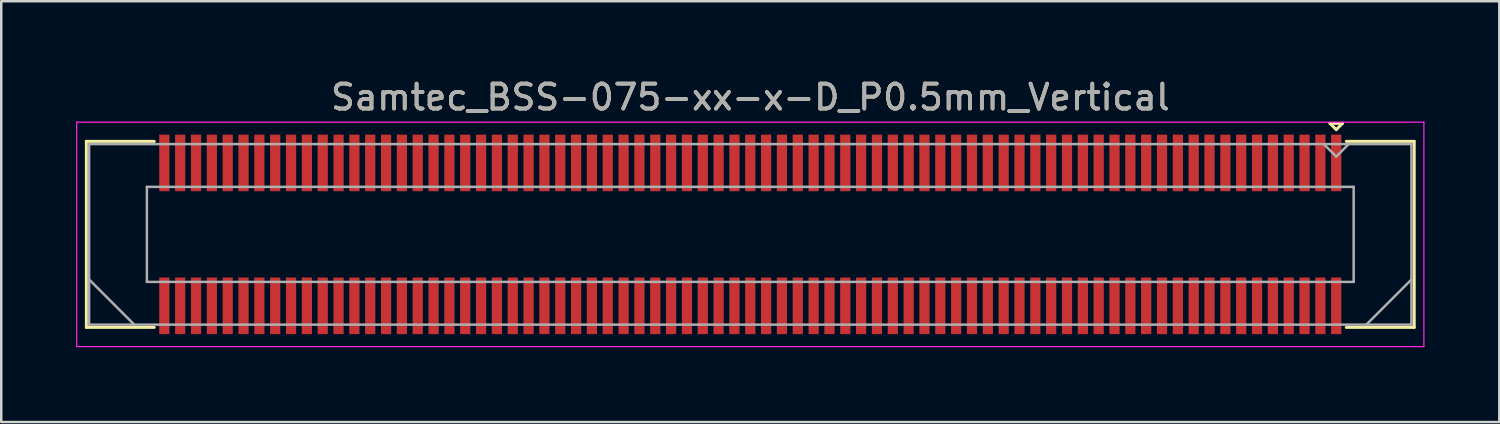
<source format=kicad_pcb>
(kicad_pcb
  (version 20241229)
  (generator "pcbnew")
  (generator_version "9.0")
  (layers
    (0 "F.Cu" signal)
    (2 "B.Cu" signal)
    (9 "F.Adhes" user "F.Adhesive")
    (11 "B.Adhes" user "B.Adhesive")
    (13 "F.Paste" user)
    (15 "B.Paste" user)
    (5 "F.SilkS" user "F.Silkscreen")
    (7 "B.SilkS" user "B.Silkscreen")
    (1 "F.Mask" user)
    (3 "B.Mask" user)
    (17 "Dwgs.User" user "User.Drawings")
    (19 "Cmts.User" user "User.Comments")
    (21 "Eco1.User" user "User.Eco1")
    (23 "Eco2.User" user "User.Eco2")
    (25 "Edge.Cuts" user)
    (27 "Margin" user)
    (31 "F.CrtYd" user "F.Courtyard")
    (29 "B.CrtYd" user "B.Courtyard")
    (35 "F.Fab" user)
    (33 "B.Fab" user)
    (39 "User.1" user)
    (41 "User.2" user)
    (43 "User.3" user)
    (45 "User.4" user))
  (footprint "Samtec_BSS-075-xx-x-D_P0.5mm_Vertical"
    (layer "F.Cu")
    (at 27.035 6.348)
    (property "Reference" "Samtec_BSS-075-xx-x-D_P0.5mm_Vertical" (at 0 -5.5 0) (layer "F.SilkS") (effects (font (size 1 1) (thickness 0.15))))
    (attr smd)
    (fp_line (start -26.622 -3.73) (end -23.9 -3.73) (stroke (width 0.12) (type solid)) (layer "F.SilkS"))
    (fp_line (start -26.622 3.73) (end -26.622 -3.73) (stroke (width 0.12) (type solid)) (layer "F.SilkS"))
    (fp_line (start -23.9 3.73) (end -26.622 3.73) (stroke (width 0.12) (type solid)) (layer "F.SilkS"))
    (fp_line (start 23.245 -4.45) (end 23.745 -4.45) (stroke (width 0.12) (type solid)) (layer "F.SilkS"))
    (fp_line (start 23.495 -4.2) (end 23.245 -4.45) (stroke (width 0.12) (type solid)) (layer "F.SilkS"))
    (fp_line (start 23.745 -4.45) (end 23.495 -4.2) (stroke (width 0.12) (type solid)) (layer "F.SilkS"))
    (fp_line (start 23.9 3.73) (end 26.622 3.73) (stroke (width 0.12) (type solid)) (layer "F.SilkS"))
    (fp_line (start 26.622 -3.73) (end 23.9 -3.73) (stroke (width 0.12) (type solid)) (layer "F.SilkS"))
    (fp_line (start 26.622 3.73) (end 26.622 -3.73) (stroke (width 0.12) (type solid)) (layer "F.SilkS"))
    (fp_line (start -27.01 -4.5) (end -27.01 4.5) (stroke (width 0.05) (type solid)) (layer "F.CrtYd"))
    (fp_line (start -27.01 4.5) (end 27.01 4.5) (stroke (width 0.05) (type solid)) (layer "F.CrtYd"))
    (fp_line (start 27.01 -4.5) (end -27.01 -4.5) (stroke (width 0.05) (type solid)) (layer "F.CrtYd"))
    (fp_line (start 27.01 4.5) (end 27.01 -4.5) (stroke (width 0.05) (type solid)) (layer "F.CrtYd"))
    (fp_line (start -26.512 -3.62) (end -26.512 3.62) (stroke (width 0.1) (type solid)) (layer "F.Fab"))
    (fp_line (start -26.512 1.81) (end -24.701 3.62) (stroke (width 0.1) (type solid)) (layer "F.Fab"))
    (fp_line (start -26.512 3.62) (end 26.512 3.62) (stroke (width 0.1) (type solid)) (layer "F.Fab"))
    (fp_line (start -24.195 -1.905) (end -24.195 1.905) (stroke (width 0.1) (type solid)) (layer "F.Fab"))
    (fp_line (start -24.195 1.905) (end 24.195 1.905) (stroke (width 0.1) (type solid)) (layer "F.Fab"))
    (fp_line (start 23.495 -3.12) (end 22.995 -3.62) (stroke (width 0.1) (type solid)) (layer "F.Fab"))
    (fp_line (start 23.995 -3.62) (end 23.495 -3.12) (stroke (width 0.1) (type solid)) (layer "F.Fab"))
    (fp_line (start 24.195 -1.905) (end -24.195 -1.905) (stroke (width 0.1) (type solid)) (layer "F.Fab"))
    (fp_line (start 24.195 1.905) (end 24.195 -1.905) (stroke (width 0.1) (type solid)) (layer "F.Fab"))
    (fp_line (start 26.512 -3.62) (end -26.512 -3.62) (stroke (width 0.1) (type solid)) (layer "F.Fab"))
    (fp_line (start 26.512 1.81) (end 24.701 3.62) (stroke (width 0.1) (type solid)) (layer "F.Fab"))
    (fp_line (start 26.512 3.62) (end 26.512 -3.62) (stroke (width 0.1) (type solid)) (layer "F.Fab"))
    (fp_text user "${REFERENCE}" (at 0 -5.5 0) (layer "F.Fab") (effects (font (size 1 1) (thickness 0.15))))
    (pad "1" smd rect (at 23.495 -2.865) (size 0.41 2.27) (layers "F.Cu" "F.Mask" "F.Paste"))
    (pad "2" smd rect (at 23.495 2.865) (size 0.41 2.27) (layers "F.Cu" "F.Mask" "F.Paste"))
    (pad "3" smd rect (at 22.86 -2.865) (size 0.41 2.27) (layers "F.Cu" "F.Mask" "F.Paste"))
    (pad "4" smd rect (at 22.86 2.865) (size 0.41 2.27) (layers "F.Cu" "F.Mask" "F.Paste"))
    (pad "5" smd rect (at 22.225 -2.865) (size 0.41 2.27) (layers "F.Cu" "F.Mask" "F.Paste"))
    (pad "6" smd rect (at 22.225 2.865) (size 0.41 2.27) (layers "F.Cu" "F.Mask" "F.Paste"))
    (pad "7" smd rect (at 21.59 -2.865) (size 0.41 2.27) (layers "F.Cu" "F.Mask" "F.Paste"))
    (pad "8" smd rect (at 21.59 2.865) (size 0.41 2.27) (layers "F.Cu" "F.Mask" "F.Paste"))
    (pad "9" smd rect (at 20.955 -2.865) (size 0.41 2.27) (layers "F.Cu" "F.Mask" "F.Paste"))
    (pad "10" smd rect (at 20.955 2.865) (size 0.41 2.27) (layers "F.Cu" "F.Mask" "F.Paste"))
    (pad "11" smd rect (at 20.32 -2.865) (size 0.41 2.27) (layers "F.Cu" "F.Mask" "F.Paste"))
    (pad "12" smd rect (at 20.32 2.865) (size 0.41 2.27) (layers "F.Cu" "F.Mask" "F.Paste"))
    (pad "13" smd rect (at 19.685 -2.865) (size 0.41 2.27) (layers "F.Cu" "F.Mask" "F.Paste"))
    (pad "14" smd rect (at 19.685 2.865) (size 0.41 2.27) (layers "F.Cu" "F.Mask" "F.Paste"))
    (pad "15" smd rect (at 19.05 -2.865) (size 0.41 2.27) (layers "F.Cu" "F.Mask" "F.Paste"))
    (pad "16" smd rect (at 19.05 2.865) (size 0.41 2.27) (layers "F.Cu" "F.Mask" "F.Paste"))
    (pad "17" smd rect (at 18.415 -2.865) (size 0.41 2.27) (layers "F.Cu" "F.Mask" "F.Paste"))
    (pad "18" smd rect (at 18.415 2.865) (size 0.41 2.27) (layers "F.Cu" "F.Mask" "F.Paste"))
    (pad "19" smd rect (at 17.78 -2.865) (size 0.41 2.27) (layers "F.Cu" "F.Mask" "F.Paste"))
    (pad "20" smd rect (at 17.78 2.865) (size 0.41 2.27) (layers "F.Cu" "F.Mask" "F.Paste"))
    (pad "21" smd rect (at 17.145 -2.865) (size 0.41 2.27) (layers "F.Cu" "F.Mask" "F.Paste"))
    (pad "22" smd rect (at 17.145 2.865) (size 0.41 2.27) (layers "F.Cu" "F.Mask" "F.Paste"))
    (pad "23" smd rect (at 16.51 -2.865) (size 0.41 2.27) (layers "F.Cu" "F.Mask" "F.Paste"))
    (pad "24" smd rect (at 16.51 2.865) (size 0.41 2.27) (layers "F.Cu" "F.Mask" "F.Paste"))
    (pad "25" smd rect (at 15.875 -2.865) (size 0.41 2.27) (layers "F.Cu" "F.Mask" "F.Paste"))
    (pad "26" smd rect (at 15.875 2.865) (size 0.41 2.27) (layers "F.Cu" "F.Mask" "F.Paste"))
    (pad "27" smd rect (at 15.24 -2.865) (size 0.41 2.27) (layers "F.Cu" "F.Mask" "F.Paste"))
    (pad "28" smd rect (at 15.24 2.865) (size 0.41 2.27) (layers "F.Cu" "F.Mask" "F.Paste"))
    (pad "29" smd rect (at 14.605 -2.865) (size 0.41 2.27) (layers "F.Cu" "F.Mask" "F.Paste"))
    (pad "30" smd rect (at 14.605 2.865) (size 0.41 2.27) (layers "F.Cu" "F.Mask" "F.Paste"))
    (pad "31" smd rect (at 13.97 -2.865) (size 0.41 2.27) (layers "F.Cu" "F.Mask" "F.Paste"))
    (pad "32" smd rect (at 13.97 2.865) (size 0.41 2.27) (layers "F.Cu" "F.Mask" "F.Paste"))
    (pad "33" smd rect (at 13.335 -2.865) (size 0.41 2.27) (layers "F.Cu" "F.Mask" "F.Paste"))
    (pad "34" smd rect (at 13.335 2.865) (size 0.41 2.27) (layers "F.Cu" "F.Mask" "F.Paste"))
    (pad "35" smd rect (at 12.7 -2.865) (size 0.41 2.27) (layers "F.Cu" "F.Mask" "F.Paste"))
    (pad "36" smd rect (at 12.7 2.865) (size 0.41 2.27) (layers "F.Cu" "F.Mask" "F.Paste"))
    (pad "37" smd rect (at 12.065 -2.865) (size 0.41 2.27) (layers "F.Cu" "F.Mask" "F.Paste"))
    (pad "38" smd rect (at 12.065 2.865) (size 0.41 2.27) (layers "F.Cu" "F.Mask" "F.Paste"))
    (pad "39" smd rect (at 11.43 -2.865) (size 0.41 2.27) (layers "F.Cu" "F.Mask" "F.Paste"))
    (pad "40" smd rect (at 11.43 2.865) (size 0.41 2.27) (layers "F.Cu" "F.Mask" "F.Paste"))
    (pad "41" smd rect (at 10.795 -2.865) (size 0.41 2.27) (layers "F.Cu" "F.Mask" "F.Paste"))
    (pad "42" smd rect (at 10.795 2.865) (size 0.41 2.27) (layers "F.Cu" "F.Mask" "F.Paste"))
    (pad "43" smd rect (at 10.16 -2.865) (size 0.41 2.27) (layers "F.Cu" "F.Mask" "F.Paste"))
    (pad "44" smd rect (at 10.16 2.865) (size 0.41 2.27) (layers "F.Cu" "F.Mask" "F.Paste"))
    (pad "45" smd rect (at 9.525 -2.865) (size 0.41 2.27) (layers "F.Cu" "F.Mask" "F.Paste"))
    (pad "46" smd rect (at 9.525 2.865) (size 0.41 2.27) (layers "F.Cu" "F.Mask" "F.Paste"))
    (pad "47" smd rect (at 8.89 -2.865) (size 0.41 2.27) (layers "F.Cu" "F.Mask" "F.Paste"))
    (pad "48" smd rect (at 8.89 2.865) (size 0.41 2.27) (layers "F.Cu" "F.Mask" "F.Paste"))
    (pad "49" smd rect (at 8.255 -2.865) (size 0.41 2.27) (layers "F.Cu" "F.Mask" "F.Paste"))
    (pad "50" smd rect (at 8.255 2.865) (size 0.41 2.27) (layers "F.Cu" "F.Mask" "F.Paste"))
    (pad "51" smd rect (at 7.62 -2.865) (size 0.41 2.27) (layers "F.Cu" "F.Mask" "F.Paste"))
    (pad "52" smd rect (at 7.62 2.865) (size 0.41 2.27) (layers "F.Cu" "F.Mask" "F.Paste"))
    (pad "53" smd rect (at 6.985 -2.865) (size 0.41 2.27) (layers "F.Cu" "F.Mask" "F.Paste"))
    (pad "54" smd rect (at 6.985 2.865) (size 0.41 2.27) (layers "F.Cu" "F.Mask" "F.Paste"))
    (pad "55" smd rect (at 6.35 -2.865) (size 0.41 2.27) (layers "F.Cu" "F.Mask" "F.Paste"))
    (pad "56" smd rect (at 6.35 2.865) (size 0.41 2.27) (layers "F.Cu" "F.Mask" "F.Paste"))
    (pad "57" smd rect (at 5.715 -2.865) (size 0.41 2.27) (layers "F.Cu" "F.Mask" "F.Paste"))
    (pad "58" smd rect (at 5.715 2.865) (size 0.41 2.27) (layers "F.Cu" "F.Mask" "F.Paste"))
    (pad "59" smd rect (at 5.08 -2.865) (size 0.41 2.27) (layers "F.Cu" "F.Mask" "F.Paste"))
    (pad "60" smd rect (at 5.08 2.865) (size 0.41 2.27) (layers "F.Cu" "F.Mask" "F.Paste"))
    (pad "61" smd rect (at 4.445 -2.865) (size 0.41 2.27) (layers "F.Cu" "F.Mask" "F.Paste"))
    (pad "62" smd rect (at 4.445 2.865) (size 0.41 2.27) (layers "F.Cu" "F.Mask" "F.Paste"))
    (pad "63" smd rect (at 3.81 -2.865) (size 0.41 2.27) (layers "F.Cu" "F.Mask" "F.Paste"))
    (pad "64" smd rect (at 3.81 2.865) (size 0.41 2.27) (layers "F.Cu" "F.Mask" "F.Paste"))
    (pad "65" smd rect (at 3.175 -2.865) (size 0.41 2.27) (layers "F.Cu" "F.Mask" "F.Paste"))
    (pad "66" smd rect (at 3.175 2.865) (size 0.41 2.27) (layers "F.Cu" "F.Mask" "F.Paste"))
    (pad "67" smd rect (at 2.54 -2.865) (size 0.41 2.27) (layers "F.Cu" "F.Mask" "F.Paste"))
    (pad "68" smd rect (at 2.54 2.865) (size 0.41 2.27) (layers "F.Cu" "F.Mask" "F.Paste"))
    (pad "69" smd rect (at 1.905 -2.865) (size 0.41 2.27) (layers "F.Cu" "F.Mask" "F.Paste"))
    (pad "70" smd rect (at 1.905 2.865) (size 0.41 2.27) (layers "F.Cu" "F.Mask" "F.Paste"))
    (pad "71" smd rect (at 1.27 -2.865) (size 0.41 2.27) (layers "F.Cu" "F.Mask" "F.Paste"))
    (pad "72" smd rect (at 1.27 2.865) (size 0.41 2.27) (layers "F.Cu" "F.Mask" "F.Paste"))
    (pad "73" smd rect (at 0.635 -2.865) (size 0.41 2.27) (layers "F.Cu" "F.Mask" "F.Paste"))
    (pad "74" smd rect (at 0.635 2.865) (size 0.41 2.27) (layers "F.Cu" "F.Mask" "F.Paste"))
    (pad "75" smd rect (at 0 -2.865) (size 0.41 2.27) (layers "F.Cu" "F.Mask" "F.Paste"))
    (pad "76" smd rect (at 0 2.865) (size 0.41 2.27) (layers "F.Cu" "F.Mask" "F.Paste"))
    (pad "77" smd rect (at -0.635 -2.865) (size 0.41 2.27) (layers "F.Cu" "F.Mask" "F.Paste"))
    (pad "78" smd rect (at -0.635 2.865) (size 0.41 2.27) (layers "F.Cu" "F.Mask" "F.Paste"))
    (pad "79" smd rect (at -1.27 -2.865) (size 0.41 2.27) (layers "F.Cu" "F.Mask" "F.Paste"))
    (pad "80" smd rect (at -1.27 2.865) (size 0.41 2.27) (layers "F.Cu" "F.Mask" "F.Paste"))
    (pad "81" smd rect (at -1.905 -2.865) (size 0.41 2.27) (layers "F.Cu" "F.Mask" "F.Paste"))
    (pad "82" smd rect (at -1.905 2.865) (size 0.41 2.27) (layers "F.Cu" "F.Mask" "F.Paste"))
    (pad "83" smd rect (at -2.54 -2.865) (size 0.41 2.27) (layers "F.Cu" "F.Mask" "F.Paste"))
    (pad "84" smd rect (at -2.54 2.865) (size 0.41 2.27) (layers "F.Cu" "F.Mask" "F.Paste"))
    (pad "85" smd rect (at -3.175 -2.865) (size 0.41 2.27) (layers "F.Cu" "F.Mask" "F.Paste"))
    (pad "86" smd rect (at -3.175 2.865) (size 0.41 2.27) (layers "F.Cu" "F.Mask" "F.Paste"))
    (pad "87" smd rect (at -3.81 -2.865) (size 0.41 2.27) (layers "F.Cu" "F.Mask" "F.Paste"))
    (pad "88" smd rect (at -3.81 2.865) (size 0.41 2.27) (layers "F.Cu" "F.Mask" "F.Paste"))
    (pad "89" smd rect (at -4.445 -2.865) (size 0.41 2.27) (layers "F.Cu" "F.Mask" "F.Paste"))
    (pad "90" smd rect (at -4.445 2.865) (size 0.41 2.27) (layers "F.Cu" "F.Mask" "F.Paste"))
    (pad "91" smd rect (at -5.08 -2.865) (size 0.41 2.27) (layers "F.Cu" "F.Mask" "F.Paste"))
    (pad "92" smd rect (at -5.08 2.865) (size 0.41 2.27) (layers "F.Cu" "F.Mask" "F.Paste"))
    (pad "93" smd rect (at -5.715 -2.865) (size 0.41 2.27) (layers "F.Cu" "F.Mask" "F.Paste"))
    (pad "94" smd rect (at -5.715 2.865) (size 0.41 2.27) (layers "F.Cu" "F.Mask" "F.Paste"))
    (pad "95" smd rect (at -6.35 -2.865) (size 0.41 2.27) (layers "F.Cu" "F.Mask" "F.Paste"))
    (pad "96" smd rect (at -6.35 2.865) (size 0.41 2.27) (layers "F.Cu" "F.Mask" "F.Paste"))
    (pad "97" smd rect (at -6.985 -2.865) (size 0.41 2.27) (layers "F.Cu" "F.Mask" "F.Paste"))
    (pad "98" smd rect (at -6.985 2.865) (size 0.41 2.27) (layers "F.Cu" "F.Mask" "F.Paste"))
    (pad "99" smd rect (at -7.62 -2.865) (size 0.41 2.27) (layers "F.Cu" "F.Mask" "F.Paste"))
    (pad "100" smd rect (at -7.62 2.865) (size 0.41 2.27) (layers "F.Cu" "F.Mask" "F.Paste"))
    (pad "101" smd rect (at -8.255 -2.865) (size 0.41 2.27) (layers "F.Cu" "F.Mask" "F.Paste"))
    (pad "102" smd rect (at -8.255 2.865) (size 0.41 2.27) (layers "F.Cu" "F.Mask" "F.Paste"))
    (pad "103" smd rect (at -8.89 -2.865) (size 0.41 2.27) (layers "F.Cu" "F.Mask" "F.Paste"))
    (pad "104" smd rect (at -8.89 2.865) (size 0.41 2.27) (layers "F.Cu" "F.Mask" "F.Paste"))
    (pad "105" smd rect (at -9.525 -2.865) (size 0.41 2.27) (layers "F.Cu" "F.Mask" "F.Paste"))
    (pad "106" smd rect (at -9.525 2.865) (size 0.41 2.27) (layers "F.Cu" "F.Mask" "F.Paste"))
    (pad "107" smd rect (at -10.16 -2.865) (size 0.41 2.27) (layers "F.Cu" "F.Mask" "F.Paste"))
    (pad "108" smd rect (at -10.16 2.865) (size 0.41 2.27) (layers "F.Cu" "F.Mask" "F.Paste"))
    (pad "109" smd rect (at -10.795 -2.865) (size 0.41 2.27) (layers "F.Cu" "F.Mask" "F.Paste"))
    (pad "110" smd rect (at -10.795 2.865) (size 0.41 2.27) (layers "F.Cu" "F.Mask" "F.Paste"))
    (pad "111" smd rect (at -11.43 -2.865) (size 0.41 2.27) (layers "F.Cu" "F.Mask" "F.Paste"))
    (pad "112" smd rect (at -11.43 2.865) (size 0.41 2.27) (layers "F.Cu" "F.Mask" "F.Paste"))
    (pad "113" smd rect (at -12.065 -2.865) (size 0.41 2.27) (layers "F.Cu" "F.Mask" "F.Paste"))
    (pad "114" smd rect (at -12.065 2.865) (size 0.41 2.27) (layers "F.Cu" "F.Mask" "F.Paste"))
    (pad "115" smd rect (at -12.7 -2.865) (size 0.41 2.27) (layers "F.Cu" "F.Mask" "F.Paste"))
    (pad "116" smd rect (at -12.7 2.865) (size 0.41 2.27) (layers "F.Cu" "F.Mask" "F.Paste"))
    (pad "117" smd rect (at -13.335 -2.865) (size 0.41 2.27) (layers "F.Cu" "F.Mask" "F.Paste"))
    (pad "118" smd rect (at -13.335 2.865) (size 0.41 2.27) (layers "F.Cu" "F.Mask" "F.Paste"))
    (pad "119" smd rect (at -13.97 -2.865) (size 0.41 2.27) (layers "F.Cu" "F.Mask" "F.Paste"))
    (pad "120" smd rect (at -13.97 2.865) (size 0.41 2.27) (layers "F.Cu" "F.Mask" "F.Paste"))
    (pad "121" smd rect (at -14.605 -2.865) (size 0.41 2.27) (layers "F.Cu" "F.Mask" "F.Paste"))
    (pad "122" smd rect (at -14.605 2.865) (size 0.41 2.27) (layers "F.Cu" "F.Mask" "F.Paste"))
    (pad "123" smd rect (at -15.24 -2.865) (size 0.41 2.27) (layers "F.Cu" "F.Mask" "F.Paste"))
    (pad "124" smd rect (at -15.24 2.865) (size 0.41 2.27) (layers "F.Cu" "F.Mask" "F.Paste"))
    (pad "125" smd rect (at -15.875 -2.865) (size 0.41 2.27) (layers "F.Cu" "F.Mask" "F.Paste"))
    (pad "126" smd rect (at -15.875 2.865) (size 0.41 2.27) (layers "F.Cu" "F.Mask" "F.Paste"))
    (pad "127" smd rect (at -16.51 -2.865) (size 0.41 2.27) (layers "F.Cu" "F.Mask" "F.Paste"))
    (pad "128" smd rect (at -16.51 2.865) (size 0.41 2.27) (layers "F.Cu" "F.Mask" "F.Paste"))
    (pad "129" smd rect (at -17.145 -2.865) (size 0.41 2.27) (layers "F.Cu" "F.Mask" "F.Paste"))
    (pad "130" smd rect (at -17.145 2.865) (size 0.41 2.27) (layers "F.Cu" "F.Mask" "F.Paste"))
    (pad "131" smd rect (at -17.78 -2.865) (size 0.41 2.27) (layers "F.Cu" "F.Mask" "F.Paste"))
    (pad "132" smd rect (at -17.78 2.865) (size 0.41 2.27) (layers "F.Cu" "F.Mask" "F.Paste"))
    (pad "133" smd rect (at -18.415 -2.865) (size 0.41 2.27) (layers "F.Cu" "F.Mask" "F.Paste"))
    (pad "134" smd rect (at -18.415 2.865) (size 0.41 2.27) (layers "F.Cu" "F.Mask" "F.Paste"))
    (pad "135" smd rect (at -19.05 -2.865) (size 0.41 2.27) (layers "F.Cu" "F.Mask" "F.Paste"))
    (pad "136" smd rect (at -19.05 2.865) (size 0.41 2.27) (layers "F.Cu" "F.Mask" "F.Paste"))
    (pad "137" smd rect (at -19.685 -2.865) (size 0.41 2.27) (layers "F.Cu" "F.Mask" "F.Paste"))
    (pad "138" smd rect (at -19.685 2.865) (size 0.41 2.27) (layers "F.Cu" "F.Mask" "F.Paste"))
    (pad "139" smd rect (at -20.32 -2.865) (size 0.41 2.27) (layers "F.Cu" "F.Mask" "F.Paste"))
    (pad "140" smd rect (at -20.32 2.865) (size 0.41 2.27) (layers "F.Cu" "F.Mask" "F.Paste"))
    (pad "141" smd rect (at -20.955 -2.865) (size 0.41 2.27) (layers "F.Cu" "F.Mask" "F.Paste"))
    (pad "142" smd rect (at -20.955 2.865) (size 0.41 2.27) (layers "F.Cu" "F.Mask" "F.Paste"))
    (pad "143" smd rect (at -21.59 -2.865) (size 0.41 2.27) (layers "F.Cu" "F.Mask" "F.Paste"))
    (pad "144" smd rect (at -21.59 2.865) (size 0.41 2.27) (layers "F.Cu" "F.Mask" "F.Paste"))
    (pad "145" smd rect (at -22.225 -2.865) (size 0.41 2.27) (layers "F.Cu" "F.Mask" "F.Paste"))
    (pad "146" smd rect (at -22.225 2.865) (size 0.41 2.27) (layers "F.Cu" "F.Mask" "F.Paste"))
    (pad "147" smd rect (at -22.86 -2.865) (size 0.41 2.27) (layers "F.Cu" "F.Mask" "F.Paste"))
    (pad "148" smd rect (at -22.86 2.865) (size 0.41 2.27) (layers "F.Cu" "F.Mask" "F.Paste"))
    (pad "149" smd rect (at -23.495 -2.865) (size 0.41 2.27) (layers "F.Cu" "F.Mask" "F.Paste"))
    (pad "150" smd rect (at -23.495 2.865) (size 0.41 2.27) (layers "F.Cu" "F.Mask" "F.Paste")))
  (gr_rect
    (start -3 -3)
    (end 57.07 13.873)
    (stroke (width 0.1) (type default))
    (fill no)
    (layer "Edge.Cuts")))
</source>
